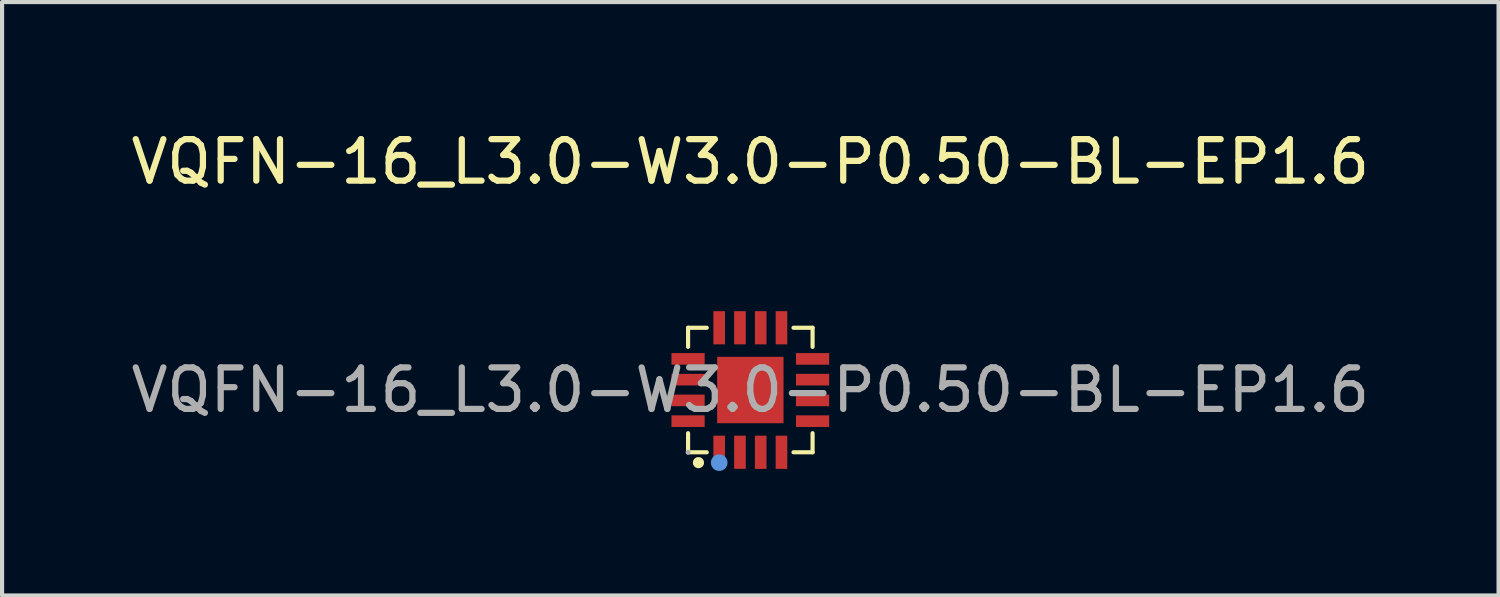
<source format=kicad_pcb>
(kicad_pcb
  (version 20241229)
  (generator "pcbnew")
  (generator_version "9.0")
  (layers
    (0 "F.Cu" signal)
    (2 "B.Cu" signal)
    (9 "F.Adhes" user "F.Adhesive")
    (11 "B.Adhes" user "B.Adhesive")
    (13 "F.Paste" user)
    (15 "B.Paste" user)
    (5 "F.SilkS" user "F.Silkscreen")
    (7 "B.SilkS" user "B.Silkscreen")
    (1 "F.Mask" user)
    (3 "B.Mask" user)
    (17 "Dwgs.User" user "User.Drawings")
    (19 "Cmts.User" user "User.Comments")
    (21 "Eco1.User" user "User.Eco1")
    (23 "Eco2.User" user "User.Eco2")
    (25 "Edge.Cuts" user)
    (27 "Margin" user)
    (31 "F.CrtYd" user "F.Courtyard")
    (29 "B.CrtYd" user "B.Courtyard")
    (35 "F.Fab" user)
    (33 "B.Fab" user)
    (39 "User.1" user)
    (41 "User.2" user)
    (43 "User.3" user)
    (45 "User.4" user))
  (footprint "VQFN-16_L3.0-W3.0-P0.50-BL-EP1.6"
    (layer "F.Cu")
    (at 15.03 6.348)
    (property "Reference" "VQFN-16_L3.0-W3.0-P0.50-BL-EP1.6" (at 0 -5.5 0) (layer "F.SilkS") (effects (font (size 1 1) (thickness 0.15))))
    (attr smd)
    (fp_line (start -1.5 -1.5) (end -1.5 -1.04) (stroke (width 0.1) (type solid)) (layer "F.SilkS"))
    (fp_line (start -1.5 -1.5) (end -1.05 -1.5) (stroke (width 0.1) (type solid)) (layer "F.SilkS"))
    (fp_line (start -1.5 1.04) (end -1.5 1.5) (stroke (width 0.1) (type solid)) (layer "F.SilkS"))
    (fp_line (start -1.5 1.5) (end -1.05 1.5) (stroke (width 0.1) (type solid)) (layer "F.SilkS"))
    (fp_line (start 1.04 -1.5) (end 1.5 -1.5) (stroke (width 0.1) (type solid)) (layer "F.SilkS"))
    (fp_line (start 1.04 1.5) (end 1.5 1.5) (stroke (width 0.1) (type solid)) (layer "F.SilkS"))
    (fp_line (start 1.5 -1.04) (end 1.5 -1.5) (stroke (width 0.1) (type solid)) (layer "F.SilkS"))
    (fp_line (start 1.5 1.5) (end 1.5 1.04) (stroke (width 0.1) (type solid)) (layer "F.SilkS"))
    (fp_arc (start -1.25 1.74) (mid -1.245 1.75866) (end -1.25866 1.745) (stroke (width 0.25) (type solid)) (layer "F.SilkS"))
    (fp_circle (center -0.75 1.75) (end -0.65 1.75) (stroke (width 0.2) (type solid)) (fill no) (layer "Cmts.User"))
    (fp_circle (center -1.5 1.5) (end -1.47 1.5) (stroke (width 0.06) (type solid)) (fill no) (layer "F.Fab"))
    (fp_text user "${REFERENCE}" (at 0 0 0) (layer "F.Fab") (effects (font (size 1 1) (thickness 0.15))))
    (pad "1" smd rect (at -0.75 1.5) (size 0.28 0.8) (layers "F.Cu" "F.Mask" "F.Paste"))
    (pad "2" smd rect (at -0.25 1.5) (size 0.28 0.8) (layers "F.Cu" "F.Mask" "F.Paste"))
    (pad "3" smd rect (at 0.25 1.5) (size 0.28 0.8) (layers "F.Cu" "F.Mask" "F.Paste"))
    (pad "4" smd rect (at 0.75 1.5) (size 0.28 0.8) (layers "F.Cu" "F.Mask" "F.Paste"))
    (pad "5" smd rect (at 1.5 0.75) (size 0.8 0.28) (layers "F.Cu" "F.Mask" "F.Paste"))
    (pad "6" smd rect (at 1.5 0.25) (size 0.8 0.28) (layers "F.Cu" "F.Mask" "F.Paste"))
    (pad "7" smd rect (at 1.5 -0.25) (size 0.8 0.28) (layers "F.Cu" "F.Mask" "F.Paste"))
    (pad "8" smd rect (at 1.5 -0.75) (size 0.8 0.28) (layers "F.Cu" "F.Mask" "F.Paste"))
    (pad "9" smd rect (at 0.75 -1.5) (size 0.28 0.8) (layers "F.Cu" "F.Mask" "F.Paste"))
    (pad "10" smd rect (at 0.25 -1.5) (size 0.28 0.8) (layers "F.Cu" "F.Mask" "F.Paste"))
    (pad "11" smd rect (at -0.25 -1.5) (size 0.28 0.8) (layers "F.Cu" "F.Mask" "F.Paste"))
    (pad "12" smd rect (at -0.75 -1.5) (size 0.28 0.8) (layers "F.Cu" "F.Mask" "F.Paste"))
    (pad "13" smd rect (at -1.5 -0.75) (size 0.8 0.28) (layers "F.Cu" "F.Mask" "F.Paste"))
    (pad "14" smd rect (at -1.5 -0.25) (size 0.8 0.28) (layers "F.Cu" "F.Mask" "F.Paste"))
    (pad "15" smd rect (at -1.5 0.25) (size 0.8 0.28) (layers "F.Cu" "F.Mask" "F.Paste"))
    (pad "16" smd rect (at -1.5 0.75) (size 0.8 0.28) (layers "F.Cu" "F.Mask" "F.Paste"))
    (pad "17" smd rect (at 0 0 90) (size 1.6 1.6) (layers "F.Cu" "F.Mask" "F.Paste")))
  (gr_rect
    (start -3 -3)
    (end 33.06 11.298)
    (stroke (width 0.1) (type default))
    (fill no)
    (layer "Edge.Cuts")))
</source>
